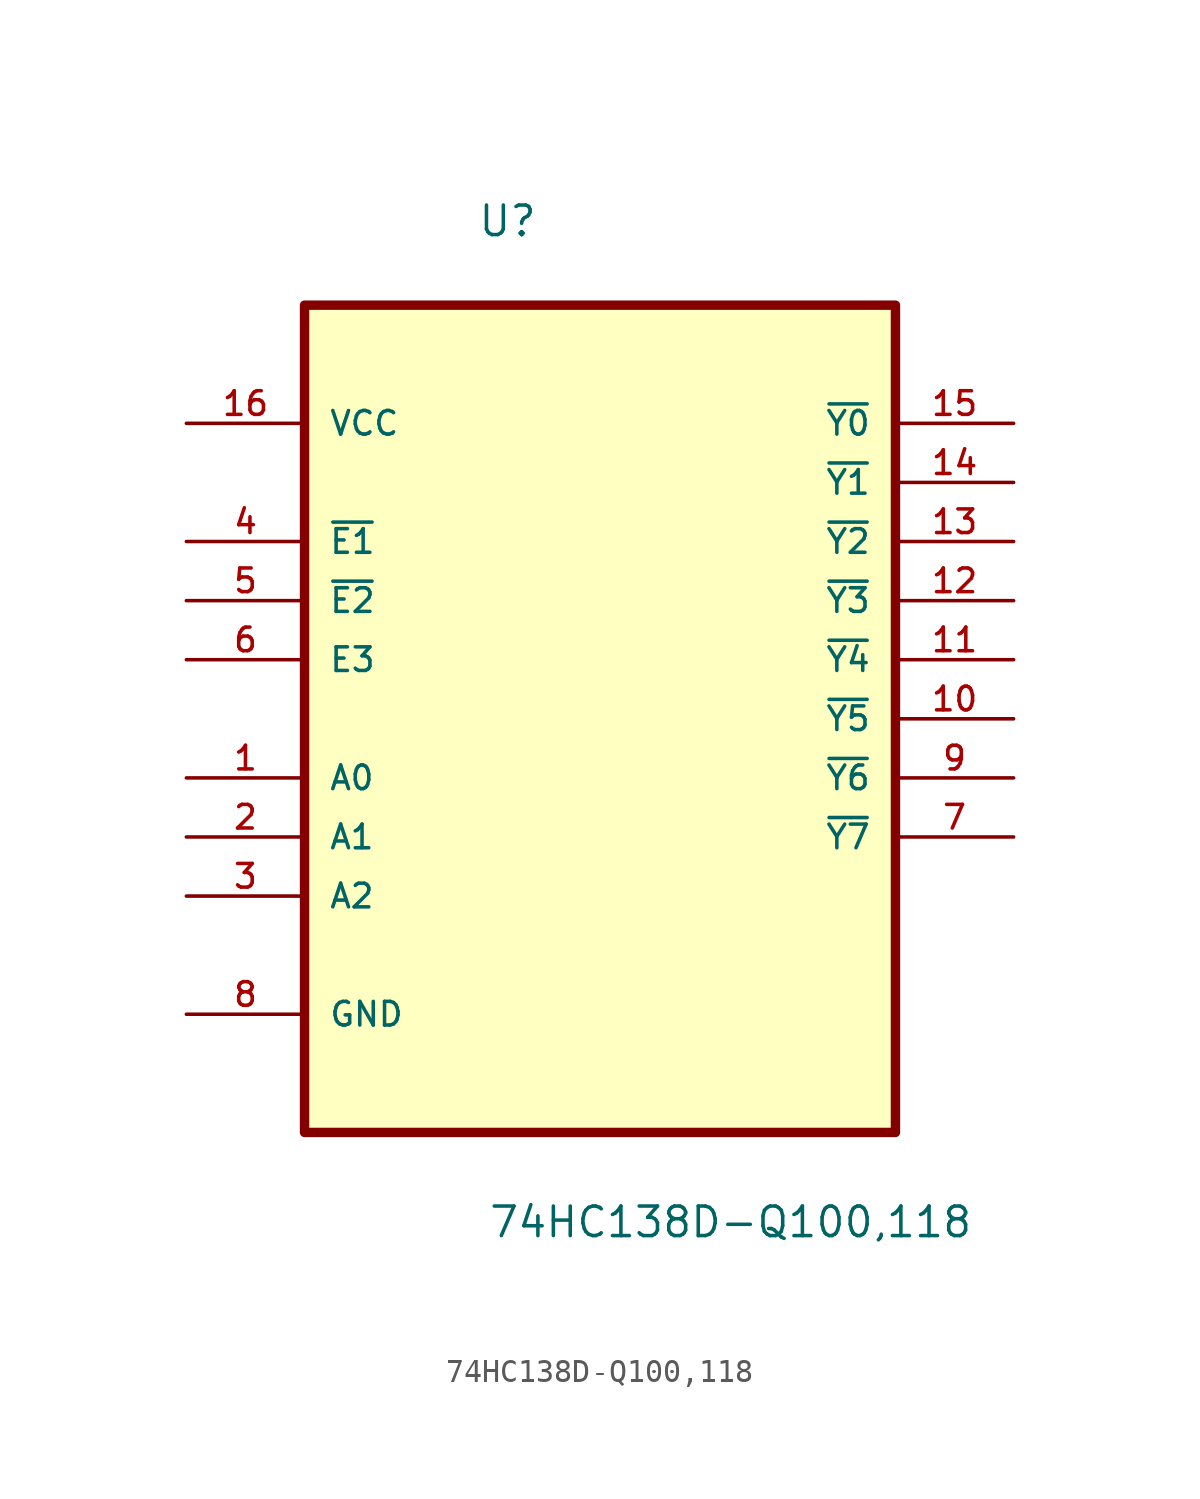
<source format=kicad_sym>
(kicad_symbol_lib
  (version 20211014)
  (generator kicad_symbol_editor)
  (symbol "74HC138D-Q100,118"
    (pin_names
      (offset 1.016))
    (property "Reference" "U"
      (at -5.283 18.11 0)
      (effects (font (size 1.27 1.27)) (justify left bottom)))
    (property "Value" "74HC138D-Q100,118"
      (at -4.826 -24.917 0)
      (effects (font (size 1.27 1.27)) (justify left bottom)))
    (property "ki_locked" ""
      (at 0 0 0)
      (effects (font (size 1.27 1.27))))
    (symbol "74HC138D-Q100,118_0_0"
      (rectangle (start -12.7 -20.32) (end 12.7 15.24) (stroke (width 0.406) (type default) (color 0 0 0 0)) (fill (type background)))
      (pin input line (at -17.78 -5.08 0) (length 5.08) (name "A0" (effects (font (size 1.016 1.016)))) (number "1" (effects (font (size 1.016 1.016)))))
      (pin output line (at 17.78 -2.54 180) (length 5.08) (name "~{Y5}" (effects (font (size 1.016 1.016)))) (number "10" (effects (font (size 1.016 1.016)))))
      (pin output line (at 17.78 0 180) (length 5.08) (name "~{Y4}" (effects (font (size 1.016 1.016)))) (number "11" (effects (font (size 1.016 1.016)))))
      (pin output line (at 17.78 2.54 180) (length 5.08) (name "~{Y3}" (effects (font (size 1.016 1.016)))) (number "12" (effects (font (size 1.016 1.016)))))
      (pin output line (at 17.78 5.08 180) (length 5.08) (name "~{Y2}" (effects (font (size 1.016 1.016)))) (number "13" (effects (font (size 1.016 1.016)))))
      (pin output line (at 17.78 7.62 180) (length 5.08) (name "~{Y1}" (effects (font (size 1.016 1.016)))) (number "14" (effects (font (size 1.016 1.016)))))
      (pin output line (at 17.78 10.16 180) (length 5.08) (name "~{Y0}" (effects (font (size 1.016 1.016)))) (number "15" (effects (font (size 1.016 1.016)))))
      (pin power_in line (at -17.78 10.16 0) (length 5.08) (name "VCC" (effects (font (size 1.016 1.016)))) (number "16" (effects (font (size 1.016 1.016)))))
      (pin input line (at -17.78 -7.62 0) (length 5.08) (name "A1" (effects (font (size 1.016 1.016)))) (number "2" (effects (font (size 1.016 1.016)))))
      (pin input line (at -17.78 -10.16 0) (length 5.08) (name "A2" (effects (font (size 1.016 1.016)))) (number "3" (effects (font (size 1.016 1.016)))))
      (pin input line (at -17.78 5.08 0) (length 5.08) (name "~{E1}" (effects (font (size 1.016 1.016)))) (number "4" (effects (font (size 1.016 1.016)))))
      (pin input line (at -17.78 2.54 0) (length 5.08) (name "~{E2}" (effects (font (size 1.016 1.016)))) (number "5" (effects (font (size 1.016 1.016)))))
      (pin input line (at -17.78 0 0) (length 5.08) (name "E3" (effects (font (size 1.016 1.016)))) (number "6" (effects (font (size 1.016 1.016)))))
      (pin output line (at 17.78 -7.62 180) (length 5.08) (name "~{Y7}" (effects (font (size 1.016 1.016)))) (number "7" (effects (font (size 1.016 1.016)))))
      (pin passive line (at -17.78 -15.24 0) (length 5.08) (name "GND" (effects (font (size 1.016 1.016)))) (number "8" (effects (font (size 1.016 1.016)))))
      (pin output line (at 17.78 -5.08 180) (length 5.08) (name "~{Y6}" (effects (font (size 1.016 1.016)))) (number "9" (effects (font (size 1.016 1.016))))))))
</source>
